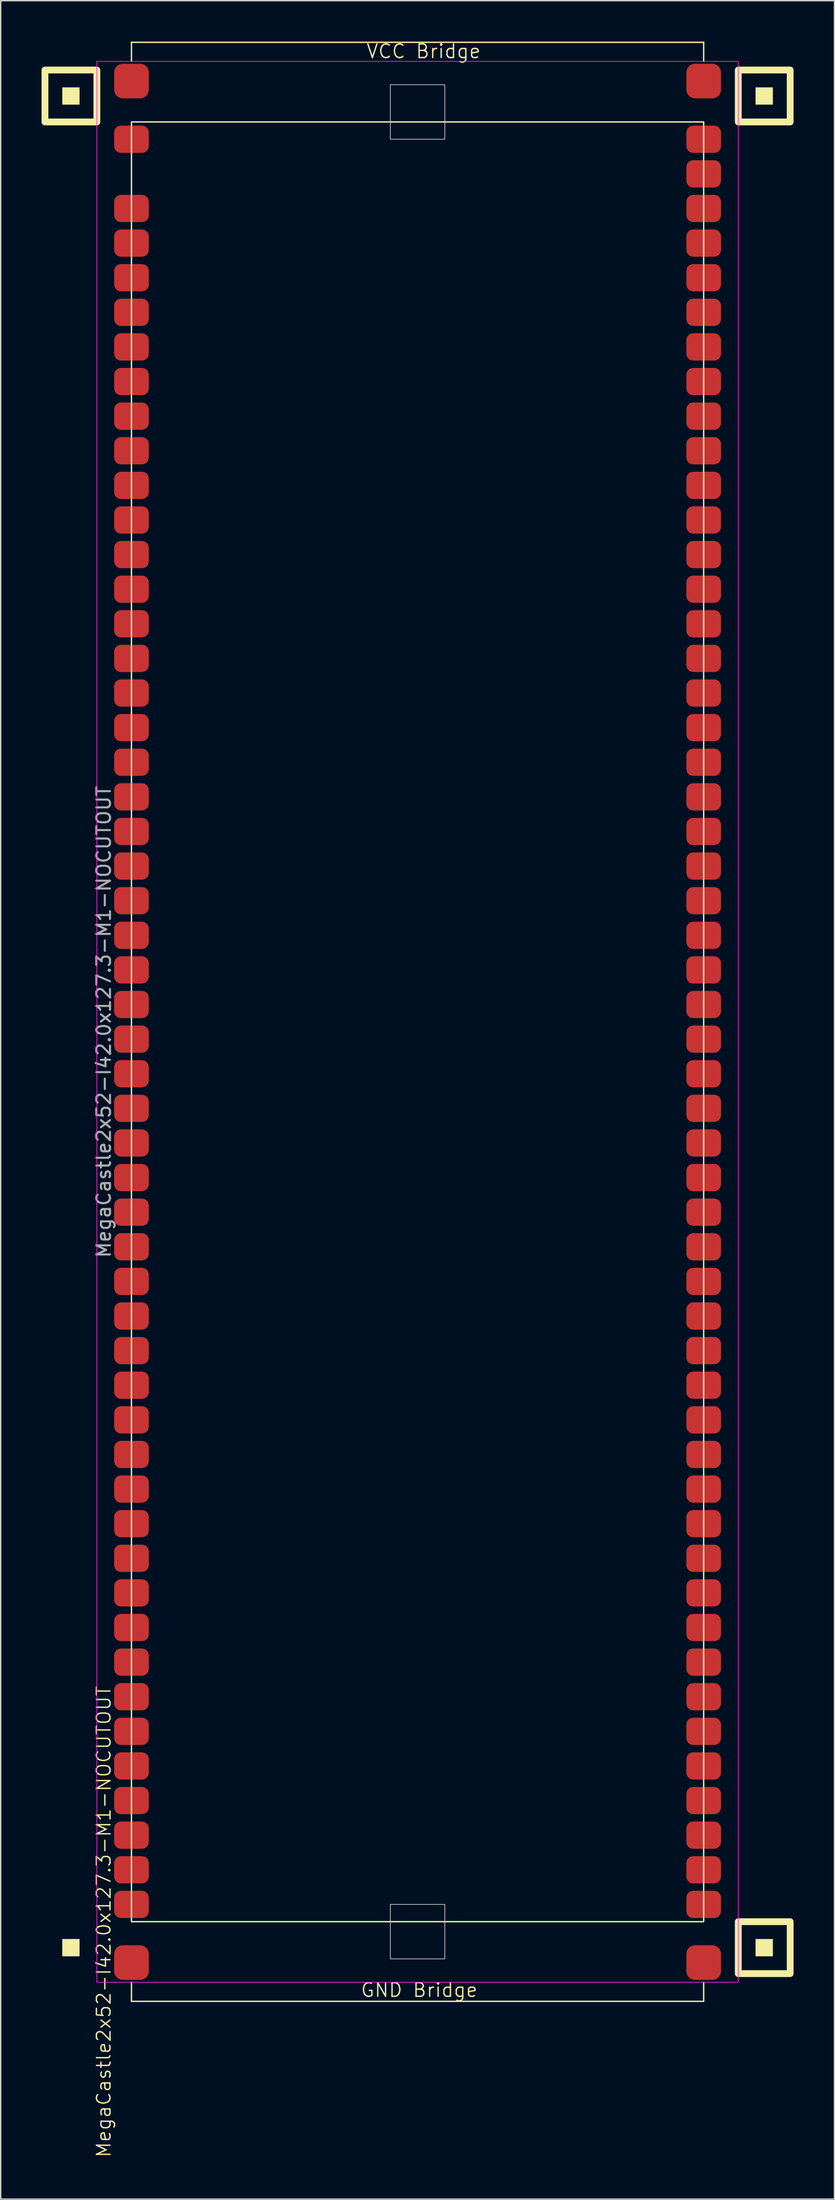
<source format=kicad_pcb>
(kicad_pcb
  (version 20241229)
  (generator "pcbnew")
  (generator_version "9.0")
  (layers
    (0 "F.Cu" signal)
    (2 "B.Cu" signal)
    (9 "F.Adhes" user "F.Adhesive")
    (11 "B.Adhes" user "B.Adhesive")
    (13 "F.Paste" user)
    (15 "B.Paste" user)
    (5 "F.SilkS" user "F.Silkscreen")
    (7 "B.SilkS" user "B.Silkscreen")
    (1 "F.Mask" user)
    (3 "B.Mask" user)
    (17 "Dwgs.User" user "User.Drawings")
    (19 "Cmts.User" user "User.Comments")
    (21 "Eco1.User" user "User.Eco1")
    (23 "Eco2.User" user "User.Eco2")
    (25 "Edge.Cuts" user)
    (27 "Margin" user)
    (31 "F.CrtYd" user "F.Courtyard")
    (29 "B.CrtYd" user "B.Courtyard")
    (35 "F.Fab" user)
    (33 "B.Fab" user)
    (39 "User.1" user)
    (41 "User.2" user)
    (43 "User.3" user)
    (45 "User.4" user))
  (footprint "MegaCastle2x52-I42.0x127.3-M1-NOCUTOUT"
    (layer "F.Cu")
    (at 27.6 71.94)
    (property "Reference" "MegaCastle2x52-I42.0x127.3-M1-NOCUTOUT" (at -23.032 66.04 90) (unlocked yes) (layer "F.SilkS") (effects (font (size 1 1) (thickness 0.1))))
    (attr smd)
    (fp_line (start -21 -71.885) (end 21 -71.885) (stroke (width 0.1) (type default)) (layer "F.SilkS"))
    (fp_line (start -21 -70.485) (end -21 -71.885) (stroke (width 0.1) (type default)) (layer "F.SilkS"))
    (fp_line (start -21 70.485) (end -21 71.885) (stroke (width 0.1) (type default)) (layer "F.SilkS"))
    (fp_line (start -21 71.885) (end 21 71.885) (stroke (width 0.1) (type default)) (layer "F.SilkS"))
    (fp_line (start 21 -70.485) (end 21 -71.885) (stroke (width 0.1) (type default)) (layer "F.SilkS"))
    (fp_line (start 21 70.485) (end 21 71.885) (stroke (width 0.1) (type default)) (layer "F.SilkS"))
    (fp_rect (start -24.81 -67.31) (end -26.08 -68.58) (stroke (width 0) (type solid)) (fill yes) (layer "F.SilkS"))
    (fp_rect (start -24.81 68.58) (end -26.08 67.31) (stroke (width 0) (type solid)) (fill yes) (layer "F.SilkS"))
    (fp_rect (start -23.54 -66.04) (end -27.35 -69.85) (stroke (width 0.5) (type default)) (fill no) (layer "F.SilkS"))
    (fp_rect (start -21 -66.04) (end 21 66.04) (stroke (width 0.1) (type default)) (fill no) (layer "F.SilkS"))
    (fp_rect (start 26.08 -67.31) (end 24.81 -68.58) (stroke (width 0) (type solid)) (fill yes) (layer "F.SilkS"))
    (fp_rect (start 26.08 68.58) (end 24.81 67.31) (stroke (width 0) (type solid)) (fill yes) (layer "F.SilkS"))
    (fp_rect (start 27.35 -66.04) (end 23.54 -69.85) (stroke (width 0.5) (type default)) (fill no) (layer "F.SilkS"))
    (fp_rect (start 27.35 69.85) (end 23.54 66.04) (stroke (width 0.5) (type default)) (fill no) (layer "F.SilkS"))
    (fp_rect (start -2 -64.77) (end 2 -68.77) (stroke (width 0.05) (type default)) (fill no) (layer "Edge.Cuts"))
    (fp_rect (start -2 64.77) (end 2 68.77) (stroke (width 0.05) (type default)) (fill no) (layer "Edge.Cuts"))
    (fp_line (start -23.54 -70.485) (end -23.54 70.485) (stroke (width 0.05) (type default)) (layer "F.CrtYd"))
    (fp_line (start -23.54 70.485) (end 23.54 70.485) (stroke (width 0.05) (type default)) (layer "F.CrtYd"))
    (fp_line (start 23.54 -70.485) (end -23.54 -70.485) (stroke (width 0.05) (type default)) (layer "F.CrtYd"))
    (fp_line (start 23.54 -70.485) (end 23.54 70.485) (stroke (width 0.05) (type default)) (layer "F.CrtYd"))
    (fp_text user "VCC Bridge" (at -3.81 -70.64 0) (unlocked yes) (layer "F.SilkS") (effects (font (size 1 1) (thickness 0.1)) (justify left bottom)))
    (fp_text user "GND Bridge" (at -4.226 71.64 0) (unlocked yes) (layer "F.SilkS") (effects (font (size 1 1) (thickness 0.1)) (justify left bottom)))
    (fp_text user "${REFERENCE}" (at -23.032 0 90) (unlocked yes) (layer "F.Fab") (effects (font (size 1 1) (thickness 0.15))))
    (pad "1" smd roundrect (at -21 -64.77) (size 2.54 2) (layers "F.Cu" "F.Mask" "F.Paste") (roundrect_rratio 0.25))
    (pad "3" smd roundrect (at -21 -59.69) (size 2.54 2) (layers "F.Cu" "F.Mask" "F.Paste") (roundrect_rratio 0.25))
    (pad "4" smd roundrect (at -21 -57.15) (size 2.54 2) (layers "F.Cu" "F.Mask" "F.Paste") (roundrect_rratio 0.25))
    (pad "5" smd roundrect (at -21 -54.61) (size 2.54 2) (layers "F.Cu" "F.Mask" "F.Paste") (roundrect_rratio 0.25))
    (pad "6" smd roundrect (at -21 -52.07) (size 2.54 2) (layers "F.Cu" "F.Mask" "F.Paste") (roundrect_rratio 0.25))
    (pad "7" smd roundrect (at -21 -49.53) (size 2.54 2) (layers "F.Cu" "F.Mask" "F.Paste") (roundrect_rratio 0.25))
    (pad "8" smd roundrect (at -21 -46.99) (size 2.54 2) (layers "F.Cu" "F.Mask" "F.Paste") (roundrect_rratio 0.25))
    (pad "9" smd roundrect (at -21 -44.45) (size 2.54 2) (layers "F.Cu" "F.Mask" "F.Paste") (roundrect_rratio 0.25))
    (pad "10" smd roundrect (at -21 -41.91) (size 2.54 2) (layers "F.Cu" "F.Mask" "F.Paste") (roundrect_rratio 0.25))
    (pad "11" smd roundrect (at -21 -39.37) (size 2.54 2) (layers "F.Cu" "F.Mask" "F.Paste") (roundrect_rratio 0.25))
    (pad "12" smd roundrect (at -21 -36.83) (size 2.54 2) (layers "F.Cu" "F.Mask" "F.Paste") (roundrect_rratio 0.25))
    (pad "13" smd roundrect (at -21 -34.29) (size 2.54 2) (layers "F.Cu" "F.Mask" "F.Paste") (roundrect_rratio 0.25))
    (pad "14" smd roundrect (at -21 -31.75) (size 2.54 2) (layers "F.Cu" "F.Mask" "F.Paste") (roundrect_rratio 0.25))
    (pad "15" smd roundrect (at -21 -29.21) (size 2.54 2) (layers "F.Cu" "F.Mask" "F.Paste") (roundrect_rratio 0.25))
    (pad "16" smd roundrect (at -21 -26.67) (size 2.54 2) (layers "F.Cu" "F.Mask" "F.Paste") (roundrect_rratio 0.25))
    (pad "17" smd roundrect (at -21 -24.13) (size 2.54 2) (layers "F.Cu" "F.Mask" "F.Paste") (roundrect_rratio 0.25))
    (pad "18" smd roundrect (at -21 -21.59) (size 2.54 2) (layers "F.Cu" "F.Mask" "F.Paste") (roundrect_rratio 0.25))
    (pad "19" smd roundrect (at -21 -19.05) (size 2.54 2) (layers "F.Cu" "F.Mask" "F.Paste") (roundrect_rratio 0.25))
    (pad "20" smd roundrect (at -21 -16.51) (size 2.54 2) (layers "F.Cu" "F.Mask" "F.Paste") (roundrect_rratio 0.25))
    (pad "21" smd roundrect (at -21 -13.97) (size 2.54 2) (layers "F.Cu" "F.Mask" "F.Paste") (roundrect_rratio 0.25))
    (pad "22" smd roundrect (at -21 -11.43) (size 2.54 2) (layers "F.Cu" "F.Mask" "F.Paste") (roundrect_rratio 0.25))
    (pad "23" smd roundrect (at -21 -8.89) (size 2.54 2) (layers "F.Cu" "F.Mask" "F.Paste") (roundrect_rratio 0.25))
    (pad "24" smd roundrect (at -21 -6.35) (size 2.54 2) (layers "F.Cu" "F.Mask" "F.Paste") (roundrect_rratio 0.25))
    (pad "25" smd roundrect (at -21 -3.81) (size 2.54 2) (layers "F.Cu" "F.Mask" "F.Paste") (roundrect_rratio 0.25))
    (pad "26" smd roundrect (at -21 -1.27) (size 2.54 2) (layers "F.Cu" "F.Mask" "F.Paste") (roundrect_rratio 0.25))
    (pad "27" smd roundrect (at -21 1.27) (size 2.54 2) (layers "F.Cu" "F.Mask" "F.Paste") (roundrect_rratio 0.25))
    (pad "28" smd roundrect (at -21 3.81) (size 2.54 2) (layers "F.Cu" "F.Mask" "F.Paste") (roundrect_rratio 0.25))
    (pad "29" smd roundrect (at -21 6.35) (size 2.54 2) (layers "F.Cu" "F.Mask" "F.Paste") (roundrect_rratio 0.25))
    (pad "30" smd roundrect (at -21 8.89) (size 2.54 2) (layers "F.Cu" "F.Mask" "F.Paste") (roundrect_rratio 0.25))
    (pad "31" smd roundrect (at -21 11.43) (size 2.54 2) (layers "F.Cu" "F.Mask" "F.Paste") (roundrect_rratio 0.25))
    (pad "32" smd roundrect (at -21 13.97) (size 2.54 2) (layers "F.Cu" "F.Mask" "F.Paste") (roundrect_rratio 0.25))
    (pad "33" smd roundrect (at -21 16.51) (size 2.54 2) (layers "F.Cu" "F.Mask" "F.Paste") (roundrect_rratio 0.25))
    (pad "34" smd roundrect (at -21 19.05) (size 2.54 2) (layers "F.Cu" "F.Mask" "F.Paste") (roundrect_rratio 0.25))
    (pad "35" smd roundrect (at -21 21.59) (size 2.54 2) (layers "F.Cu" "F.Mask" "F.Paste") (roundrect_rratio 0.25))
    (pad "36" smd roundrect (at -21 24.13) (size 2.54 2) (layers "F.Cu" "F.Mask" "F.Paste") (roundrect_rratio 0.25))
    (pad "37" smd roundrect (at -21 26.67) (size 2.54 2) (layers "F.Cu" "F.Mask" "F.Paste") (roundrect_rratio 0.25))
    (pad "38" smd roundrect (at -21 29.21) (size 2.54 2) (layers "F.Cu" "F.Mask" "F.Paste") (roundrect_rratio 0.25))
    (pad "39" smd roundrect (at -21 31.75) (size 2.54 2) (layers "F.Cu" "F.Mask" "F.Paste") (roundrect_rratio 0.25))
    (pad "40" smd roundrect (at -21 34.29) (size 2.54 2) (layers "F.Cu" "F.Mask" "F.Paste") (roundrect_rratio 0.25))
    (pad "41" smd roundrect (at -21 36.83) (size 2.54 2) (layers "F.Cu" "F.Mask" "F.Paste") (roundrect_rratio 0.25))
    (pad "42" smd roundrect (at -21 39.37) (size 2.54 2) (layers "F.Cu" "F.Mask" "F.Paste") (roundrect_rratio 0.25))
    (pad "43" smd roundrect (at -21 41.91) (size 2.54 2) (layers "F.Cu" "F.Mask" "F.Paste") (roundrect_rratio 0.25))
    (pad "44" smd roundrect (at -21 44.45) (size 2.54 2) (layers "F.Cu" "F.Mask" "F.Paste") (roundrect_rratio 0.25))
    (pad "45" smd roundrect (at -21 46.99) (size 2.54 2) (layers "F.Cu" "F.Mask" "F.Paste") (roundrect_rratio 0.25))
    (pad "46" smd roundrect (at -21 49.53) (size 2.54 2) (layers "F.Cu" "F.Mask" "F.Paste") (roundrect_rratio 0.25))
    (pad "47" smd roundrect (at -21 52.07) (size 2.54 2) (layers "F.Cu" "F.Mask" "F.Paste") (roundrect_rratio 0.25))
    (pad "48" smd roundrect (at -21 54.61) (size 2.54 2) (layers "F.Cu" "F.Mask" "F.Paste") (roundrect_rratio 0.25))
    (pad "49" smd roundrect (at -21 57.15) (size 2.54 2) (layers "F.Cu" "F.Mask" "F.Paste") (roundrect_rratio 0.25))
    (pad "50" smd roundrect (at -21 59.69) (size 2.54 2) (layers "F.Cu" "F.Mask" "F.Paste") (roundrect_rratio 0.25))
    (pad "51" smd roundrect (at -21 62.23) (size 2.54 2) (layers "F.Cu" "F.Mask" "F.Paste") (roundrect_rratio 0.25))
    (pad "52" smd roundrect (at -21 64.77) (size 2.54 2) (layers "F.Cu" "F.Mask" "F.Paste") (roundrect_rratio 0.25))
    (pad "53" smd roundrect (at 21 -64.77) (size 2.54 2) (layers "F.Cu" "F.Mask" "F.Paste") (roundrect_rratio 0.25))
    (pad "54" smd roundrect (at 21 -62.23) (size 2.54 2) (layers "F.Cu" "F.Mask" "F.Paste") (roundrect_rratio 0.25))
    (pad "55" smd roundrect (at 21 -59.69) (size 2.54 2) (layers "F.Cu" "F.Mask" "F.Paste") (roundrect_rratio 0.25))
    (pad "56" smd roundrect (at 21 -57.15) (size 2.54 2) (layers "F.Cu" "F.Mask" "F.Paste") (roundrect_rratio 0.25))
    (pad "57" smd roundrect (at 21 -54.61) (size 2.54 2) (layers "F.Cu" "F.Mask" "F.Paste") (roundrect_rratio 0.25))
    (pad "58" smd roundrect (at 21 -52.07) (size 2.54 2) (layers "F.Cu" "F.Mask" "F.Paste") (roundrect_rratio 0.25))
    (pad "59" smd roundrect (at 21 -49.53) (size 2.54 2) (layers "F.Cu" "F.Mask" "F.Paste") (roundrect_rratio 0.25))
    (pad "60" smd roundrect (at 21 -46.99) (size 2.54 2) (layers "F.Cu" "F.Mask" "F.Paste") (roundrect_rratio 0.25))
    (pad "61" smd roundrect (at 21 -44.45) (size 2.54 2) (layers "F.Cu" "F.Mask" "F.Paste") (roundrect_rratio 0.25))
    (pad "62" smd roundrect (at 21 -41.91) (size 2.54 2) (layers "F.Cu" "F.Mask" "F.Paste") (roundrect_rratio 0.25))
    (pad "63" smd roundrect (at 21 -39.37) (size 2.54 2) (layers "F.Cu" "F.Mask" "F.Paste") (roundrect_rratio 0.25))
    (pad "64" smd roundrect (at 21 -36.83) (size 2.54 2) (layers "F.Cu" "F.Mask" "F.Paste") (roundrect_rratio 0.25))
    (pad "65" smd roundrect (at 21 -34.29) (size 2.54 2) (layers "F.Cu" "F.Mask" "F.Paste") (roundrect_rratio 0.25))
    (pad "66" smd roundrect (at 21 -31.75) (size 2.54 2) (layers "F.Cu" "F.Mask" "F.Paste") (roundrect_rratio 0.25))
    (pad "67" smd roundrect (at 21 -29.21) (size 2.54 2) (layers "F.Cu" "F.Mask" "F.Paste") (roundrect_rratio 0.25))
    (pad "68" smd roundrect (at 21 -26.67) (size 2.54 2) (layers "F.Cu" "F.Mask" "F.Paste") (roundrect_rratio 0.25))
    (pad "69" smd roundrect (at 21 -24.13) (size 2.54 2) (layers "F.Cu" "F.Mask" "F.Paste") (roundrect_rratio 0.25))
    (pad "70" smd roundrect (at 21 -21.59) (size 2.54 2) (layers "F.Cu" "F.Mask" "F.Paste") (roundrect_rratio 0.25))
    (pad "71" smd roundrect (at 21 -19.05) (size 2.54 2) (layers "F.Cu" "F.Mask" "F.Paste") (roundrect_rratio 0.25))
    (pad "72" smd roundrect (at 21 -16.51) (size 2.54 2) (layers "F.Cu" "F.Mask" "F.Paste") (roundrect_rratio 0.25))
    (pad "73" smd roundrect (at 21 -13.97) (size 2.54 2) (layers "F.Cu" "F.Mask" "F.Paste") (roundrect_rratio 0.25))
    (pad "74" smd roundrect (at 21 -11.43) (size 2.54 2) (layers "F.Cu" "F.Mask" "F.Paste") (roundrect_rratio 0.25))
    (pad "75" smd roundrect (at 21 -8.89) (size 2.54 2) (layers "F.Cu" "F.Mask" "F.Paste") (roundrect_rratio 0.25))
    (pad "76" smd roundrect (at 21 -6.35) (size 2.54 2) (layers "F.Cu" "F.Mask" "F.Paste") (roundrect_rratio 0.25))
    (pad "77" smd roundrect (at 21 -3.81) (size 2.54 2) (layers "F.Cu" "F.Mask" "F.Paste") (roundrect_rratio 0.25))
    (pad "78" smd roundrect (at 21 -1.27) (size 2.54 2) (layers "F.Cu" "F.Mask" "F.Paste") (roundrect_rratio 0.25))
    (pad "79" smd roundrect (at 21 1.27) (size 2.54 2) (layers "F.Cu" "F.Mask" "F.Paste") (roundrect_rratio 0.25))
    (pad "80" smd roundrect (at 21 3.81) (size 2.54 2) (layers "F.Cu" "F.Mask" "F.Paste") (roundrect_rratio 0.25))
    (pad "81" smd roundrect (at 21 6.35) (size 2.54 2) (layers "F.Cu" "F.Mask" "F.Paste") (roundrect_rratio 0.25))
    (pad "82" smd roundrect (at 21 8.89) (size 2.54 2) (layers "F.Cu" "F.Mask" "F.Paste") (roundrect_rratio 0.25))
    (pad "83" smd roundrect (at 21 11.43) (size 2.54 2) (layers "F.Cu" "F.Mask" "F.Paste") (roundrect_rratio 0.25))
    (pad "84" smd roundrect (at 21 13.97) (size 2.54 2) (layers "F.Cu" "F.Mask" "F.Paste") (roundrect_rratio 0.25))
    (pad "85" smd roundrect (at 21 16.51) (size 2.54 2) (layers "F.Cu" "F.Mask" "F.Paste") (roundrect_rratio 0.25))
    (pad "86" smd roundrect (at 21 19.05) (size 2.54 2) (layers "F.Cu" "F.Mask" "F.Paste") (roundrect_rratio 0.25))
    (pad "87" smd roundrect (at 21 21.59) (size 2.54 2) (layers "F.Cu" "F.Mask" "F.Paste") (roundrect_rratio 0.25))
    (pad "88" smd roundrect (at 21 24.13) (size 2.54 2) (layers "F.Cu" "F.Mask" "F.Paste") (roundrect_rratio 0.25))
    (pad "89" smd roundrect (at 21 26.67) (size 2.54 2) (layers "F.Cu" "F.Mask" "F.Paste") (roundrect_rratio 0.25))
    (pad "90" smd roundrect (at 21 29.21) (size 2.54 2) (layers "F.Cu" "F.Mask" "F.Paste") (roundrect_rratio 0.25))
    (pad "91" smd roundrect (at 21 31.75) (size 2.54 2) (layers "F.Cu" "F.Mask" "F.Paste") (roundrect_rratio 0.25))
    (pad "92" smd roundrect (at 21 34.29) (size 2.54 2) (layers "F.Cu" "F.Mask" "F.Paste") (roundrect_rratio 0.25))
    (pad "93" smd roundrect (at 21 36.83) (size 2.54 2) (layers "F.Cu" "F.Mask" "F.Paste") (roundrect_rratio 0.25))
    (pad "94" smd roundrect (at 21 39.37) (size 2.54 2) (layers "F.Cu" "F.Mask" "F.Paste") (roundrect_rratio 0.25))
    (pad "95" smd roundrect (at 21 41.91) (size 2.54 2) (layers "F.Cu" "F.Mask" "F.Paste") (roundrect_rratio 0.25))
    (pad "96" smd roundrect (at 21 44.45) (size 2.54 2) (layers "F.Cu" "F.Mask" "F.Paste") (roundrect_rratio 0.25))
    (pad "97" smd roundrect (at 21 46.99) (size 2.54 2) (layers "F.Cu" "F.Mask" "F.Paste") (roundrect_rratio 0.25))
    (pad "98" smd roundrect (at 21 49.53) (size 2.54 2) (layers "F.Cu" "F.Mask" "F.Paste") (roundrect_rratio 0.25))
    (pad "99" smd roundrect (at 21 52.07) (size 2.54 2) (layers "F.Cu" "F.Mask" "F.Paste") (roundrect_rratio 0.25))
    (pad "100" smd roundrect (at 21 54.61) (size 2.54 2) (layers "F.Cu" "F.Mask" "F.Paste") (roundrect_rratio 0.25))
    (pad "101" smd roundrect (at 21 57.15) (size 2.54 2) (layers "F.Cu" "F.Mask" "F.Paste") (roundrect_rratio 0.25))
    (pad "102" smd roundrect (at 21 59.69) (size 2.54 2) (layers "F.Cu" "F.Mask" "F.Paste") (roundrect_rratio 0.25))
    (pad "103" smd roundrect (at 21 62.23) (size 2.54 2) (layers "F.Cu" "F.Mask" "F.Paste") (roundrect_rratio 0.25))
    (pad "104" smd roundrect (at 21 64.77) (size 2.54 2) (layers "F.Cu" "F.Mask" "F.Paste") (roundrect_rratio 0.25))
    (pad "A1" smd roundrect (at -21 -69.04) (size 2.54 2.54) (layers "F.Cu" "F.Mask" "F.Paste") (roundrect_rratio 0.25))
    (pad "A2" smd roundrect (at 21 -69.04) (size 2.54 2.54) (layers "F.Cu" "F.Mask" "F.Paste") (roundrect_rratio 0.25))
    (pad "B1" smd roundrect (at -21 69.04) (size 2.54 2.54) (layers "F.Cu" "F.Mask" "F.Paste") (roundrect_rratio 0.25))
    (pad "B2" smd roundrect (at 21 69.04) (size 2.54 2.54) (layers "F.Cu" "F.Mask" "F.Paste") (roundrect_rratio 0.25)))
  (gr_rect
    (start -3 -3)
    (end 58.2 158.34)
    (stroke (width 0.1) (type default))
    (fill no)
    (layer "Edge.Cuts")))
</source>
